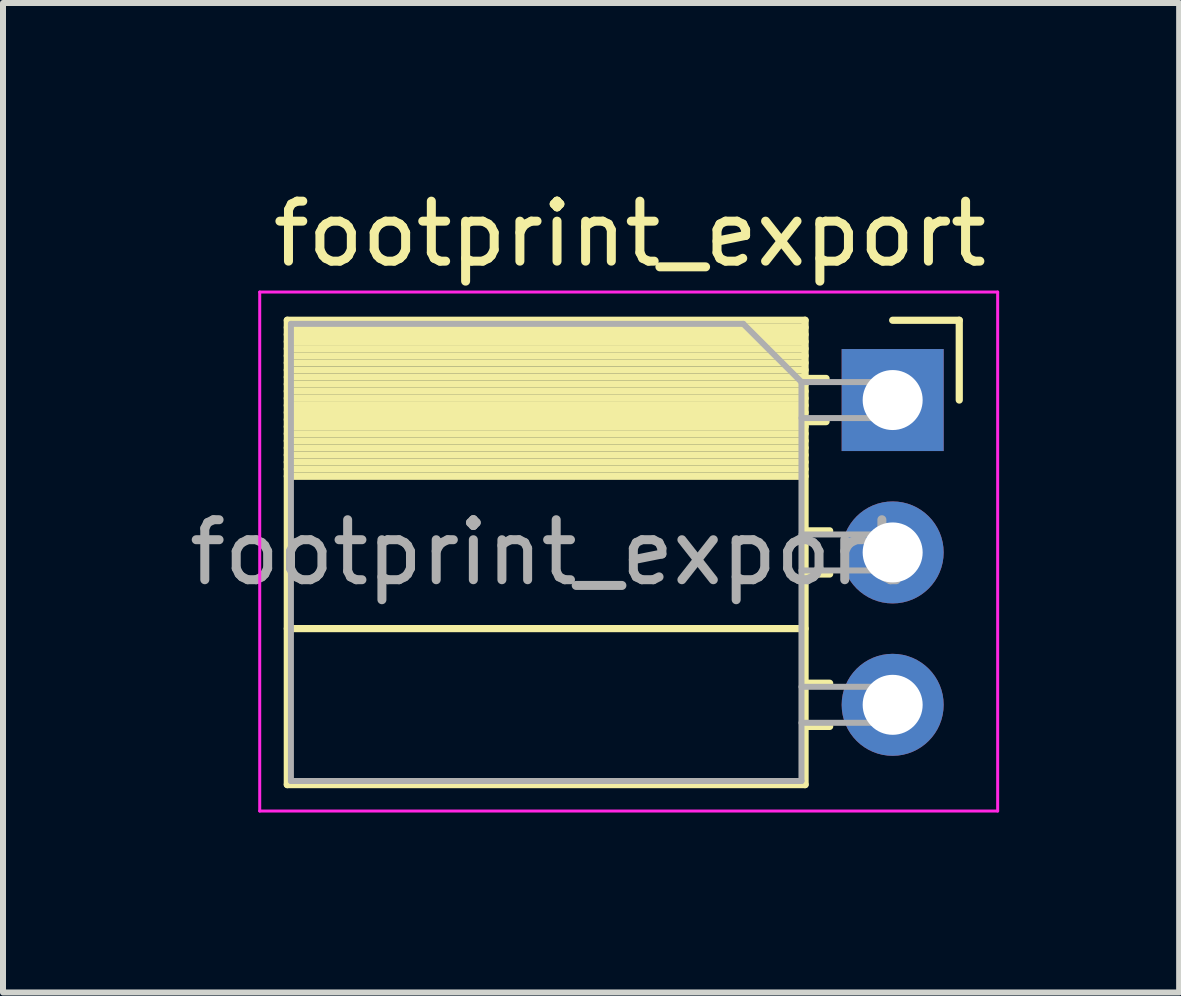
<source format=kicad_pcb>
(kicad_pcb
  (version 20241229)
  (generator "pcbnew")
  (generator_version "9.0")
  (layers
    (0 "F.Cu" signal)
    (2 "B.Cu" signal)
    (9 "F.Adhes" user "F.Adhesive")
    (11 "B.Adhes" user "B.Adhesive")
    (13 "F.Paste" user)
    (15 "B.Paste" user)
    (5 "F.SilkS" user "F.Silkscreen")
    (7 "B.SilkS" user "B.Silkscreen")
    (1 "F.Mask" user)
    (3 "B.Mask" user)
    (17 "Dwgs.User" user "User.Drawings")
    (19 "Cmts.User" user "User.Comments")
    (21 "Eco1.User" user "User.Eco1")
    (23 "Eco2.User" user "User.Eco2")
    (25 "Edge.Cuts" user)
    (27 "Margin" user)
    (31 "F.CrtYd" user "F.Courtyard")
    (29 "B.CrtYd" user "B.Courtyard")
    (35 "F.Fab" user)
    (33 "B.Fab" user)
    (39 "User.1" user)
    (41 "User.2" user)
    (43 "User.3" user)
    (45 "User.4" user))
  (footprint "footprint_export"
    (layer "F.Cu")
    (at 11.829 3.618)
    (property "Reference" "footprint_export" (at -4.38 -2.77 0) (layer "F.SilkS") (effects (font (size 1 1) (thickness 0.15))))
    (attr through_hole)
    (fp_line (start -10.09 -1.33) (end -10.09 6.41) (stroke (width 0.12) (type solid)) (layer "F.SilkS"))
    (fp_line (start -10.09 -1.33) (end -1.46 -1.33) (stroke (width 0.12) (type solid)) (layer "F.SilkS"))
    (fp_line (start -10.09 -1.21) (end -1.46 -1.21) (stroke (width 0.12) (type solid)) (layer "F.SilkS"))
    (fp_line (start -10.09 -1.092) (end -1.46 -1.092) (stroke (width 0.12) (type solid)) (layer "F.SilkS"))
    (fp_line (start -10.09 -0.974) (end -1.46 -0.974) (stroke (width 0.12) (type solid)) (layer "F.SilkS"))
    (fp_line (start -10.09 -0.856) (end -1.46 -0.856) (stroke (width 0.12) (type solid)) (layer "F.SilkS"))
    (fp_line (start -10.09 -0.738) (end -1.46 -0.738) (stroke (width 0.12) (type solid)) (layer "F.SilkS"))
    (fp_line (start -10.09 -0.62) (end -1.46 -0.62) (stroke (width 0.12) (type solid)) (layer "F.SilkS"))
    (fp_line (start -10.09 -0.501) (end -1.46 -0.501) (stroke (width 0.12) (type solid)) (layer "F.SilkS"))
    (fp_line (start -10.09 -0.383) (end -1.46 -0.383) (stroke (width 0.12) (type solid)) (layer "F.SilkS"))
    (fp_line (start -10.09 -0.265) (end -1.46 -0.265) (stroke (width 0.12) (type solid)) (layer "F.SilkS"))
    (fp_line (start -10.09 -0.147) (end -1.46 -0.147) (stroke (width 0.12) (type solid)) (layer "F.SilkS"))
    (fp_line (start -10.09 -0.029) (end -1.46 -0.029) (stroke (width 0.12) (type solid)) (layer "F.SilkS"))
    (fp_line (start -10.09 0.089) (end -1.46 0.089) (stroke (width 0.12) (type solid)) (layer "F.SilkS"))
    (fp_line (start -10.09 0.207) (end -1.46 0.207) (stroke (width 0.12) (type solid)) (layer "F.SilkS"))
    (fp_line (start -10.09 0.325) (end -1.46 0.325) (stroke (width 0.12) (type solid)) (layer "F.SilkS"))
    (fp_line (start -10.09 0.443) (end -1.46 0.443) (stroke (width 0.12) (type solid)) (layer "F.SilkS"))
    (fp_line (start -10.09 0.561) (end -1.46 0.561) (stroke (width 0.12) (type solid)) (layer "F.SilkS"))
    (fp_line (start -10.09 0.68) (end -1.46 0.68) (stroke (width 0.12) (type solid)) (layer "F.SilkS"))
    (fp_line (start -10.09 0.798) (end -1.46 0.798) (stroke (width 0.12) (type solid)) (layer "F.SilkS"))
    (fp_line (start -10.09 0.916) (end -1.46 0.916) (stroke (width 0.12) (type solid)) (layer "F.SilkS"))
    (fp_line (start -10.09 1.034) (end -1.46 1.034) (stroke (width 0.12) (type solid)) (layer "F.SilkS"))
    (fp_line (start -10.09 1.152) (end -1.46 1.152) (stroke (width 0.12) (type solid)) (layer "F.SilkS"))
    (fp_line (start -10.09 1.27) (end -1.46 1.27) (stroke (width 0.12) (type solid)) (layer "F.SilkS"))
    (fp_line (start -10.09 3.81) (end -1.46 3.81) (stroke (width 0.12) (type solid)) (layer "F.SilkS"))
    (fp_line (start -10.09 6.41) (end -1.46 6.41) (stroke (width 0.12) (type solid)) (layer "F.SilkS"))
    (fp_line (start -1.46 -1.33) (end -1.46 6.41) (stroke (width 0.12) (type solid)) (layer "F.SilkS"))
    (fp_line (start -1.46 -0.36) (end -1.11 -0.36) (stroke (width 0.12) (type solid)) (layer "F.SilkS"))
    (fp_line (start -1.46 0.36) (end -1.11 0.36) (stroke (width 0.12) (type solid)) (layer "F.SilkS"))
    (fp_line (start -1.46 2.18) (end -1.05 2.18) (stroke (width 0.12) (type solid)) (layer "F.SilkS"))
    (fp_line (start -1.46 2.9) (end -1.05 2.9) (stroke (width 0.12) (type solid)) (layer "F.SilkS"))
    (fp_line (start -1.46 4.72) (end -1.05 4.72) (stroke (width 0.12) (type solid)) (layer "F.SilkS"))
    (fp_line (start -1.46 5.44) (end -1.05 5.44) (stroke (width 0.12) (type solid)) (layer "F.SilkS"))
    (fp_line (start 0 -1.33) (end 1.11 -1.33) (stroke (width 0.12) (type solid)) (layer "F.SilkS"))
    (fp_line (start 1.11 -1.33) (end 1.11 0) (stroke (width 0.12) (type solid)) (layer "F.SilkS"))
    (fp_line (start -10.55 -1.8) (end -10.55 6.85) (stroke (width 0.05) (type solid)) (layer "F.CrtYd"))
    (fp_line (start -10.55 6.85) (end 1.75 6.85) (stroke (width 0.05) (type solid)) (layer "F.CrtYd"))
    (fp_line (start 1.75 -1.8) (end -10.55 -1.8) (stroke (width 0.05) (type solid)) (layer "F.CrtYd"))
    (fp_line (start 1.75 6.85) (end 1.75 -1.8) (stroke (width 0.05) (type solid)) (layer "F.CrtYd"))
    (fp_line (start -10.03 -1.27) (end -2.49 -1.27) (stroke (width 0.1) (type solid)) (layer "F.Fab"))
    (fp_line (start -10.03 6.35) (end -10.03 -1.27) (stroke (width 0.1) (type solid)) (layer "F.Fab"))
    (fp_line (start -2.49 -1.27) (end -1.52 -0.3) (stroke (width 0.1) (type solid)) (layer "F.Fab"))
    (fp_line (start -1.52 -0.3) (end -1.52 6.35) (stroke (width 0.1) (type solid)) (layer "F.Fab"))
    (fp_line (start -1.52 0.3) (end 0 0.3) (stroke (width 0.1) (type solid)) (layer "F.Fab"))
    (fp_line (start -1.52 2.84) (end 0 2.84) (stroke (width 0.1) (type solid)) (layer "F.Fab"))
    (fp_line (start -1.52 5.38) (end 0 5.38) (stroke (width 0.1) (type solid)) (layer "F.Fab"))
    (fp_line (start -1.52 6.35) (end -10.03 6.35) (stroke (width 0.1) (type solid)) (layer "F.Fab"))
    (fp_line (start 0 -0.3) (end -1.52 -0.3) (stroke (width 0.1) (type solid)) (layer "F.Fab"))
    (fp_line (start 0 0.3) (end 0 -0.3) (stroke (width 0.1) (type solid)) (layer "F.Fab"))
    (fp_line (start 0 2.24) (end -1.52 2.24) (stroke (width 0.1) (type solid)) (layer "F.Fab"))
    (fp_line (start 0 2.84) (end 0 2.24) (stroke (width 0.1) (type solid)) (layer "F.Fab"))
    (fp_line (start 0 4.78) (end -1.52 4.78) (stroke (width 0.1) (type solid)) (layer "F.Fab"))
    (fp_line (start 0 5.38) (end 0 4.78) (stroke (width 0.1) (type solid)) (layer "F.Fab"))
    (fp_text user "${REFERENCE}" (at -5.775 2.54 0) (layer "F.Fab") (effects (font (size 1 1) (thickness 0.15))))
    (pad "1" thru_hole rect (at 0 0) (size 1.7 1.7) (drill 1) (layers "*.Cu" "*.Mask"))
    (pad "2" thru_hole oval (at 0 2.54) (size 1.7 1.7) (drill 1) (layers "*.Cu" "*.Mask"))
    (pad "3" thru_hole oval (at 0 5.08) (size 1.7 1.7) (drill 1) (layers "*.Cu" "*.Mask")))
  (gr_rect
    (start -3 -3)
    (end 16.604 13.493)
    (stroke (width 0.1) (type default))
    (fill no)
    (layer "Edge.Cuts")))
</source>
